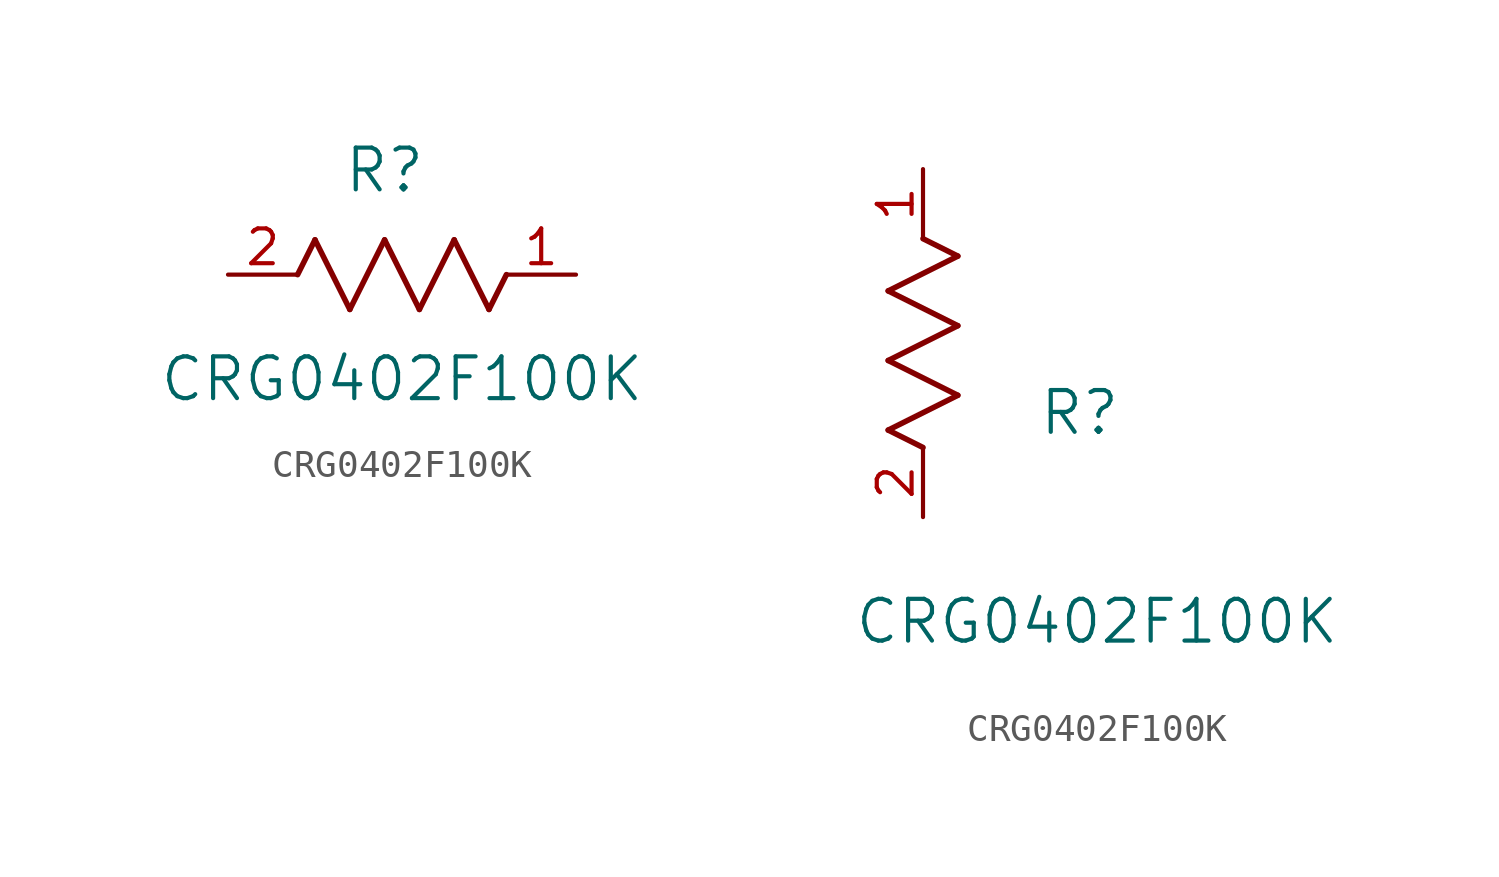
<source format=kicad_sym>
(kicad_symbol_lib
  (version 20211014)
  (generator kicad_symbol_editor)
  (symbol "CRG0402F100K"
    (pin_names
      (offset 0.254))
    (property "Reference" "R"
      (at 5.715 3.81 0)
      (effects (font (size 1.524 1.524))))
    (property "Value" "CRG0402F100K"
      (at 6.35 -3.81 0)
      (effects (font (size 1.524 1.524))))
    (symbol "CRG0402F100K_1_1"
      (polyline (pts (xy 3.175 1.27) (xy 4.445 -1.27)) (stroke (width 0.203) (type default) (color 0 0 0 0)) (fill (type none)))
      (polyline (pts (xy 4.445 -1.27) (xy 5.715 1.27)) (stroke (width 0.203) (type default) (color 0 0 0 0)) (fill (type none)))
      (polyline (pts (xy 5.715 1.27) (xy 6.985 -1.27)) (stroke (width 0.203) (type default) (color 0 0 0 0)) (fill (type none)))
      (polyline (pts (xy 6.985 -1.27) (xy 8.255 1.27)) (stroke (width 0.203) (type default) (color 0 0 0 0)) (fill (type none)))
      (polyline (pts (xy 8.255 1.27) (xy 9.525 -1.27)) (stroke (width 0.203) (type default) (color 0 0 0 0)) (fill (type none)))
      (polyline (pts (xy 2.54 0) (xy 3.175 1.27)) (stroke (width 0.203) (type default) (color 0 0 0 0)) (fill (type none)))
      (polyline (pts (xy 9.525 -1.27) (xy 10.16 0)) (stroke (width 0.203) (type default) (color 0 0 0 0)) (fill (type none)))
      (pin unspecified line (at 0 0 0) (length 2.54) (name "" (effects (font (size 1.27 1.27)))) (number "2" (effects (font (size 1.27 1.27)))))
      (pin unspecified line (at 12.7 0 180) (length 2.54) (name "" (effects (font (size 1.27 1.27)))) (number "1" (effects (font (size 1.27 1.27))))))
    (symbol "CRG0402F100K_1_2"
      (polyline (pts (xy 0 2.54) (xy -1.27 3.175)) (stroke (width 0.203) (type default) (color 0 0 0 0)) (fill (type none)))
      (polyline (pts (xy -1.27 3.175) (xy 1.27 4.445)) (stroke (width 0.203) (type default) (color 0 0 0 0)) (fill (type none)))
      (polyline (pts (xy 1.27 4.445) (xy -1.27 5.715)) (stroke (width 0.203) (type default) (color 0 0 0 0)) (fill (type none)))
      (polyline (pts (xy -1.27 5.715) (xy 1.27 6.985)) (stroke (width 0.203) (type default) (color 0 0 0 0)) (fill (type none)))
      (polyline (pts (xy -1.27 8.255) (xy 1.27 9.525)) (stroke (width 0.203) (type default) (color 0 0 0 0)) (fill (type none)))
      (polyline (pts (xy 1.27 9.525) (xy 0 10.16)) (stroke (width 0.203) (type default) (color 0 0 0 0)) (fill (type none)))
      (polyline (pts (xy 1.27 6.985) (xy -1.27 8.255)) (stroke (width 0.203) (type default) (color 0 0 0 0)) (fill (type none)))
      (pin unspecified line (at 0 0 90) (length 2.54) (name "" (effects (font (size 1.27 1.27)))) (number "2" (effects (font (size 1.27 1.27)))))
      (pin unspecified line (at 0 12.7 270) (length 2.54) (name "" (effects (font (size 1.27 1.27)))) (number "1" (effects (font (size 1.27 1.27))))))))
</source>
